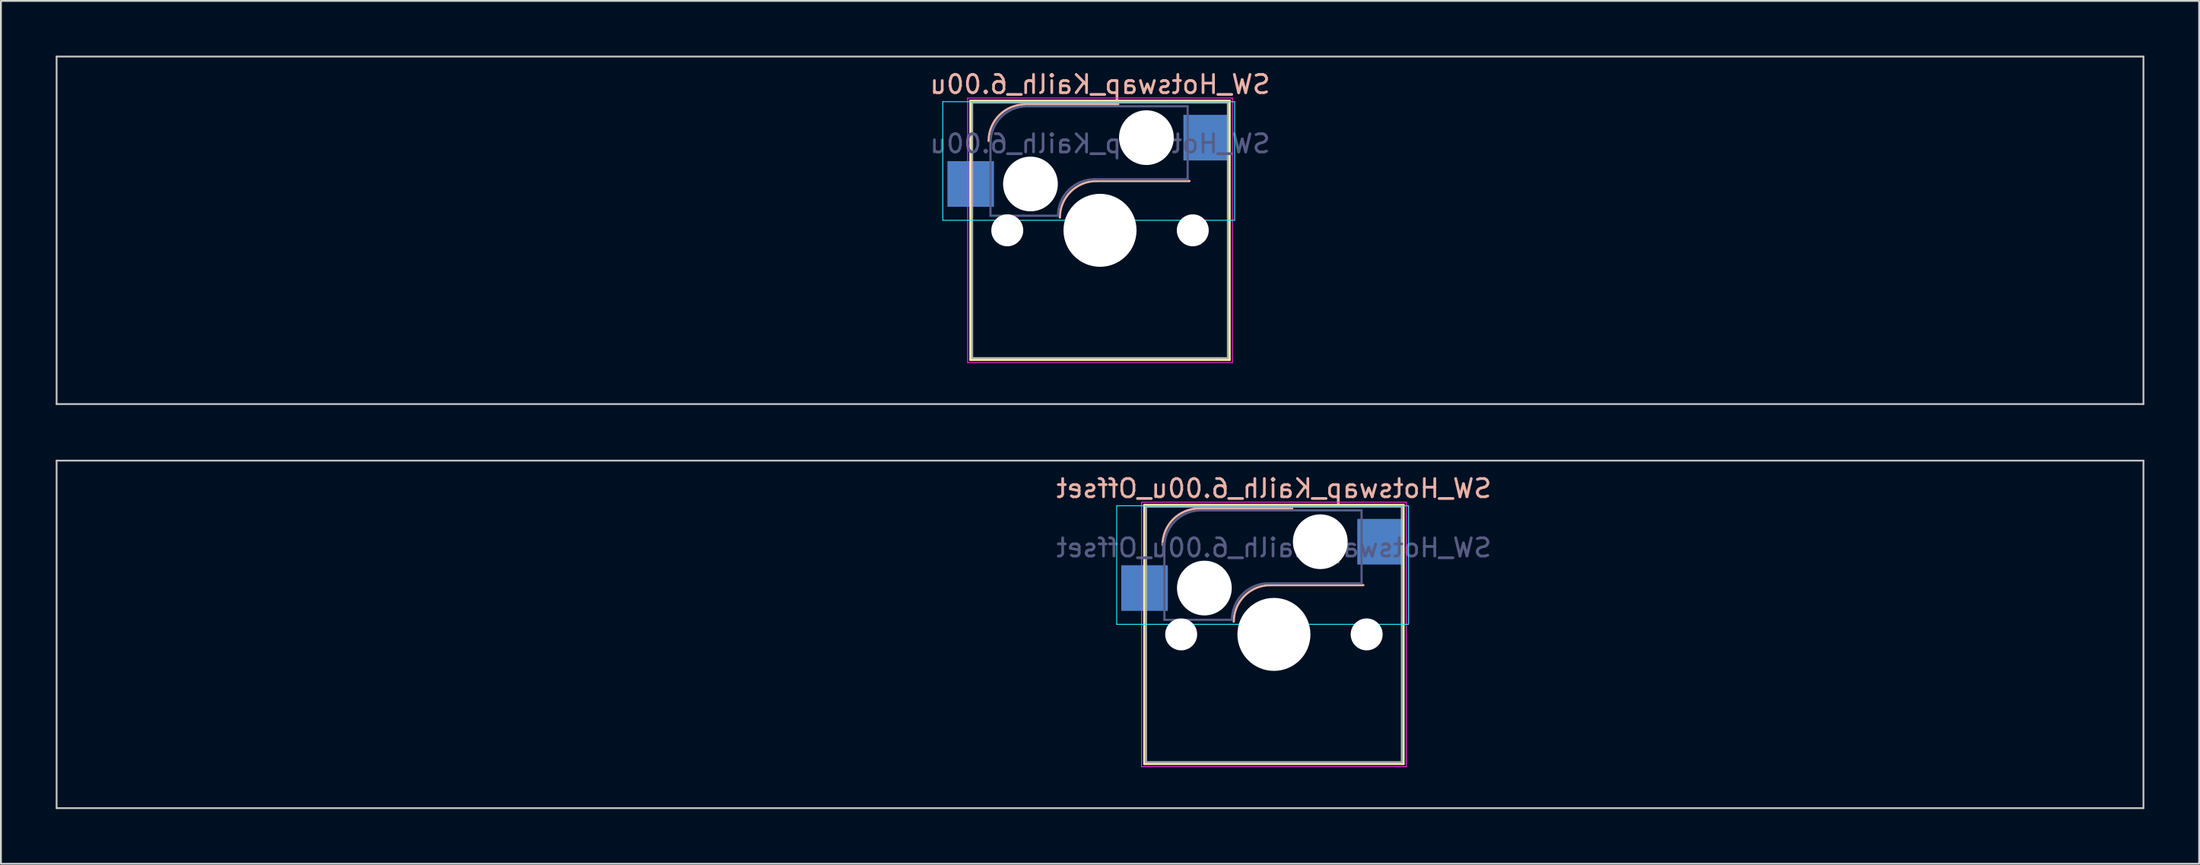
<source format=kicad_pcb>
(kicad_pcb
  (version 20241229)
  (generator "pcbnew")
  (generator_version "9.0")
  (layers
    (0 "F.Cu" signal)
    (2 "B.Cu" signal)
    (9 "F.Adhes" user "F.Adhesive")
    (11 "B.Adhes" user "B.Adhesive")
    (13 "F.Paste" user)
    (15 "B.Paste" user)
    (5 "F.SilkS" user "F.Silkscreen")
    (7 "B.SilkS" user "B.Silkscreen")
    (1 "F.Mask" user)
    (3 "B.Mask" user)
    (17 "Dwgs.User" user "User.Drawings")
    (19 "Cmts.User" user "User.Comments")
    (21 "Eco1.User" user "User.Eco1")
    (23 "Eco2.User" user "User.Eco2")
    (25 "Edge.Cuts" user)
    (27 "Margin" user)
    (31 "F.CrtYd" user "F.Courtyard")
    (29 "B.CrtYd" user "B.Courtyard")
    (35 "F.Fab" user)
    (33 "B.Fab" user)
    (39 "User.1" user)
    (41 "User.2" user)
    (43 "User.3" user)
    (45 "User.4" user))
  (footprint "SW_Hotswap_Kailh_6.00u_Offset"
    (layer "F.Cu")
    (at 66.725 31.725)
    (property "Reference" "SW_Hotswap_Kailh_6.00u_Offset" (at 0 -8 0) (layer "B.SilkS") (effects (font (size 1 1) (thickness 0.15)) (justify mirror)))
    (attr smd)
    (fp_line (start -7.1 -7.1) (end -7.1 7.1) (stroke (width 0.12) (type solid)) (layer "F.SilkS"))
    (fp_line (start -7.1 7.1) (end 7.1 7.1) (stroke (width 0.12) (type solid)) (layer "F.SilkS"))
    (fp_line (start 7.1 -7.1) (end -7.1 -7.1) (stroke (width 0.12) (type solid)) (layer "F.SilkS"))
    (fp_line (start 7.1 7.1) (end 7.1 -7.1) (stroke (width 0.12) (type solid)) (layer "F.SilkS"))
    (fp_line (start -4.1 -6.9) (end 1 -6.9) (stroke (width 0.12) (type solid)) (layer "B.SilkS"))
    (fp_line (start -0.2 -2.7) (end 4.9 -2.7) (stroke (width 0.12) (type solid)) (layer "B.SilkS"))
    (fp_arc (start -6.1 -4.9) (mid -5.514214 -6.314214) (end -4.1 -6.9) (stroke (width 0.12) (type solid)) (layer "B.SilkS"))
    (fp_arc (start -2.2 -0.7) (mid -1.614214 -2.114214) (end -0.2 -2.7) (stroke (width 0.12) (type solid)) (layer "B.SilkS"))
    (fp_line (start -66.675 -9.525) (end -66.675 9.525) (stroke (width 0.1) (type solid)) (layer "Dwgs.User"))
    (fp_line (start -66.675 9.525) (end 47.625 9.525) (stroke (width 0.1) (type solid)) (layer "Dwgs.User"))
    (fp_line (start 47.625 -9.525) (end -66.675 -9.525) (stroke (width 0.1) (type solid)) (layer "Dwgs.User"))
    (fp_line (start 47.625 9.525) (end 47.625 -9.525) (stroke (width 0.1) (type solid)) (layer "Dwgs.User"))
    (fp_line (start -8.61 -7.05) (end -8.61 -0.55) (stroke (width 0.05) (type solid)) (layer "B.CrtYd"))
    (fp_line (start -8.61 -0.55) (end 7.37 -0.55) (stroke (width 0.05) (type solid)) (layer "B.CrtYd"))
    (fp_line (start 7.37 -7.05) (end -8.61 -7.05) (stroke (width 0.05) (type solid)) (layer "B.CrtYd"))
    (fp_line (start 7.37 -0.55) (end 7.37 -7.05) (stroke (width 0.05) (type solid)) (layer "B.CrtYd"))
    (fp_line (start -7.25 -7.25) (end -7.25 7.25) (stroke (width 0.05) (type solid)) (layer "F.CrtYd"))
    (fp_line (start -7.25 7.25) (end 7.25 7.25) (stroke (width 0.05) (type solid)) (layer "F.CrtYd"))
    (fp_line (start 7.25 -7.25) (end -7.25 -7.25) (stroke (width 0.05) (type solid)) (layer "F.CrtYd"))
    (fp_line (start 7.25 7.25) (end 7.25 -7.25) (stroke (width 0.05) (type solid)) (layer "F.CrtYd"))
    (fp_line (start -6 -0.8) (end -6 -4.8) (stroke (width 0.12) (type solid)) (layer "B.Fab"))
    (fp_line (start -6 -0.8) (end -2.3 -0.8) (stroke (width 0.12) (type solid)) (layer "B.Fab"))
    (fp_line (start -4 -6.8) (end 4.8 -6.8) (stroke (width 0.12) (type solid)) (layer "B.Fab"))
    (fp_line (start -0.3 -2.8) (end 4.8 -2.8) (stroke (width 0.12) (type solid)) (layer "B.Fab"))
    (fp_line (start 4.8 -6.8) (end 4.8 -2.8) (stroke (width 0.12) (type solid)) (layer "B.Fab"))
    (fp_arc (start -6 -4.8) (mid -5.414214 -6.214214) (end -4 -6.8) (stroke (width 0.12) (type solid)) (layer "B.Fab"))
    (fp_arc (start -2.3 -0.8) (mid -1.714214 -2.214214) (end -0.3 -2.8) (stroke (width 0.12) (type solid)) (layer "B.Fab"))
    (fp_line (start -7 -7) (end -7 7) (stroke (width 0.1) (type solid)) (layer "F.Fab"))
    (fp_line (start -7 7) (end 7 7) (stroke (width 0.1) (type solid)) (layer "F.Fab"))
    (fp_line (start 7 -7) (end -7 -7) (stroke (width 0.1) (type solid)) (layer "F.Fab"))
    (fp_line (start 7 7) (end 7 -7) (stroke (width 0.1) (type solid)) (layer "F.Fab"))
    (fp_text user "${REFERENCE}" (at 0 -4.75 0) (layer "B.Fab") (effects (font (size 1 1) (thickness 0.15)) (justify mirror)))
    (pad "" np_thru_hole circle (at -5.08 0) (size 1.75 1.75) (drill 1.75) (layers "*.Cu" "*.Mask"))
    (pad "" np_thru_hole circle (at -3.81 -2.54) (size 3 3) (drill 3) (layers "*.Cu" "*.Mask"))
    (pad "" np_thru_hole circle (at 0 0) (size 4 4) (drill 4) (layers "*.Cu" "*.Mask"))
    (pad "" np_thru_hole circle (at 2.54 -5.08) (size 3 3) (drill 3) (layers "*.Cu" "*.Mask"))
    (pad "" np_thru_hole circle (at 5.08 0) (size 1.75 1.75) (drill 1.75) (layers "*.Cu" "*.Mask"))
    (pad "1" smd rect (at -7.085 -2.54) (size 2.55 2.5) (layers "B.Cu" "B.Mask" "B.Paste"))
    (pad "2" smd rect (at 5.842 -5.08) (size 2.55 2.5) (layers "B.Cu" "B.Mask" "B.Paste")))
  (footprint "SW_Hotswap_Kailh_6.00u"
    (layer "F.Cu")
    (at 57.2 9.575)
    (property "Reference" "SW_Hotswap_Kailh_6.00u" (at 0 -8 0) (layer "B.SilkS") (effects (font (size 1 1) (thickness 0.15)) (justify mirror)))
    (attr smd)
    (fp_line (start -7.1 -7.1) (end -7.1 7.1) (stroke (width 0.12) (type solid)) (layer "F.SilkS"))
    (fp_line (start -7.1 7.1) (end 7.1 7.1) (stroke (width 0.12) (type solid)) (layer "F.SilkS"))
    (fp_line (start 7.1 -7.1) (end -7.1 -7.1) (stroke (width 0.12) (type solid)) (layer "F.SilkS"))
    (fp_line (start 7.1 7.1) (end 7.1 -7.1) (stroke (width 0.12) (type solid)) (layer "F.SilkS"))
    (fp_line (start -4.1 -6.9) (end 1 -6.9) (stroke (width 0.12) (type solid)) (layer "B.SilkS"))
    (fp_line (start -0.2 -2.7) (end 4.9 -2.7) (stroke (width 0.12) (type solid)) (layer "B.SilkS"))
    (fp_arc (start -6.1 -4.9) (mid -5.514214 -6.314214) (end -4.1 -6.9) (stroke (width 0.12) (type solid)) (layer "B.SilkS"))
    (fp_arc (start -2.2 -0.7) (mid -1.614214 -2.114214) (end -0.2 -2.7) (stroke (width 0.12) (type solid)) (layer "B.SilkS"))
    (fp_line (start -57.15 -9.525) (end -57.15 9.525) (stroke (width 0.1) (type solid)) (layer "Dwgs.User"))
    (fp_line (start -57.15 9.525) (end 57.15 9.525) (stroke (width 0.1) (type solid)) (layer "Dwgs.User"))
    (fp_line (start 57.15 -9.525) (end -57.15 -9.525) (stroke (width 0.1) (type solid)) (layer "Dwgs.User"))
    (fp_line (start 57.15 9.525) (end 57.15 -9.525) (stroke (width 0.1) (type solid)) (layer "Dwgs.User"))
    (fp_line (start -8.61 -7.05) (end -8.61 -0.55) (stroke (width 0.05) (type solid)) (layer "B.CrtYd"))
    (fp_line (start -8.61 -0.55) (end 7.37 -0.55) (stroke (width 0.05) (type solid)) (layer "B.CrtYd"))
    (fp_line (start 7.37 -7.05) (end -8.61 -7.05) (stroke (width 0.05) (type solid)) (layer "B.CrtYd"))
    (fp_line (start 7.37 -0.55) (end 7.37 -7.05) (stroke (width 0.05) (type solid)) (layer "B.CrtYd"))
    (fp_line (start -7.25 -7.25) (end -7.25 7.25) (stroke (width 0.05) (type solid)) (layer "F.CrtYd"))
    (fp_line (start -7.25 7.25) (end 7.25 7.25) (stroke (width 0.05) (type solid)) (layer "F.CrtYd"))
    (fp_line (start 7.25 -7.25) (end -7.25 -7.25) (stroke (width 0.05) (type solid)) (layer "F.CrtYd"))
    (fp_line (start 7.25 7.25) (end 7.25 -7.25) (stroke (width 0.05) (type solid)) (layer "F.CrtYd"))
    (fp_line (start -6 -0.8) (end -6 -4.8) (stroke (width 0.12) (type solid)) (layer "B.Fab"))
    (fp_line (start -6 -0.8) (end -2.3 -0.8) (stroke (width 0.12) (type solid)) (layer "B.Fab"))
    (fp_line (start -4 -6.8) (end 4.8 -6.8) (stroke (width 0.12) (type solid)) (layer "B.Fab"))
    (fp_line (start -0.3 -2.8) (end 4.8 -2.8) (stroke (width 0.12) (type solid)) (layer "B.Fab"))
    (fp_line (start 4.8 -6.8) (end 4.8 -2.8) (stroke (width 0.12) (type solid)) (layer "B.Fab"))
    (fp_arc (start -6 -4.8) (mid -5.414214 -6.214214) (end -4 -6.8) (stroke (width 0.12) (type solid)) (layer "B.Fab"))
    (fp_arc (start -2.3 -0.8) (mid -1.714214 -2.214214) (end -0.3 -2.8) (stroke (width 0.12) (type solid)) (layer "B.Fab"))
    (fp_line (start -7 -7) (end -7 7) (stroke (width 0.1) (type solid)) (layer "F.Fab"))
    (fp_line (start -7 7) (end 7 7) (stroke (width 0.1) (type solid)) (layer "F.Fab"))
    (fp_line (start 7 -7) (end -7 -7) (stroke (width 0.1) (type solid)) (layer "F.Fab"))
    (fp_line (start 7 7) (end 7 -7) (stroke (width 0.1) (type solid)) (layer "F.Fab"))
    (fp_text user "${REFERENCE}" (at 0 -4.75 0) (layer "B.Fab") (effects (font (size 1 1) (thickness 0.15)) (justify mirror)))
    (pad "" np_thru_hole circle (at -5.08 0) (size 1.75 1.75) (drill 1.75) (layers "*.Cu" "*.Mask"))
    (pad "" np_thru_hole circle (at -3.81 -2.54) (size 3 3) (drill 3) (layers "*.Cu" "*.Mask"))
    (pad "" np_thru_hole circle (at 0 0) (size 4 4) (drill 4) (layers "*.Cu" "*.Mask"))
    (pad "" np_thru_hole circle (at 2.54 -5.08) (size 3 3) (drill 3) (layers "*.Cu" "*.Mask"))
    (pad "" np_thru_hole circle (at 5.08 0) (size 1.75 1.75) (drill 1.75) (layers "*.Cu" "*.Mask"))
    (pad "1" smd rect (at -7.085 -2.54) (size 2.55 2.5) (layers "B.Cu" "B.Mask" "B.Paste"))
    (pad "2" smd rect (at 5.842 -5.08) (size 2.55 2.5) (layers "B.Cu" "B.Mask" "B.Paste")))
  (gr_rect
    (start -3 -3)
    (end 117.4 44.3)
    (stroke (width 0.1) (type default))
    (fill no)
    (layer "Edge.Cuts")))
</source>
